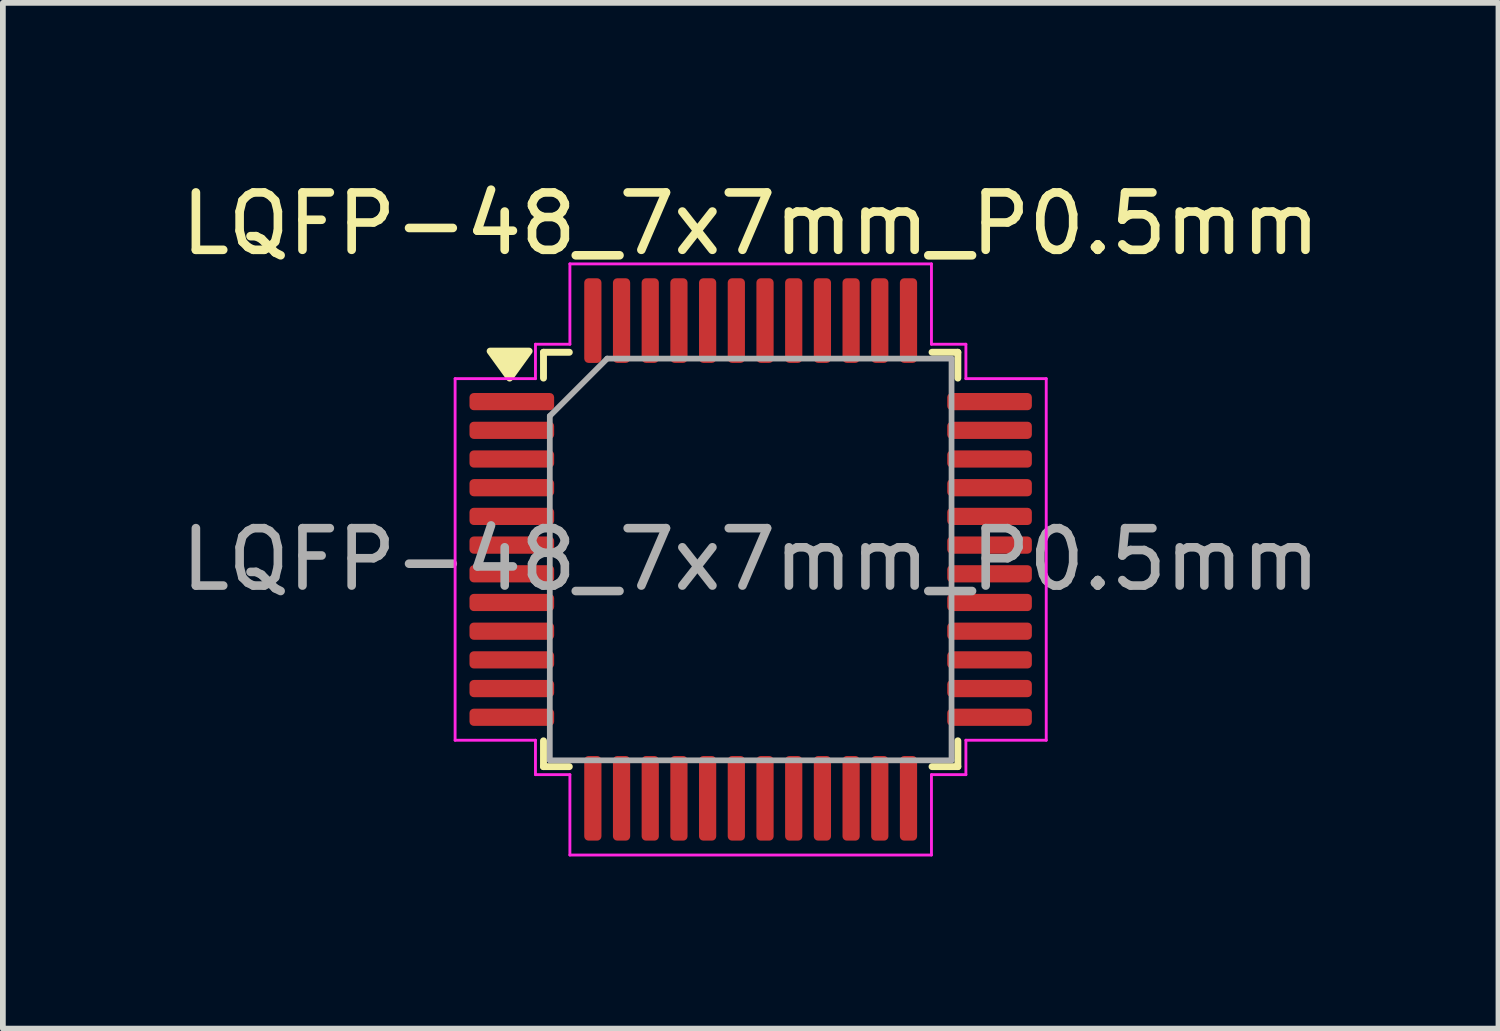
<source format=kicad_pcb>
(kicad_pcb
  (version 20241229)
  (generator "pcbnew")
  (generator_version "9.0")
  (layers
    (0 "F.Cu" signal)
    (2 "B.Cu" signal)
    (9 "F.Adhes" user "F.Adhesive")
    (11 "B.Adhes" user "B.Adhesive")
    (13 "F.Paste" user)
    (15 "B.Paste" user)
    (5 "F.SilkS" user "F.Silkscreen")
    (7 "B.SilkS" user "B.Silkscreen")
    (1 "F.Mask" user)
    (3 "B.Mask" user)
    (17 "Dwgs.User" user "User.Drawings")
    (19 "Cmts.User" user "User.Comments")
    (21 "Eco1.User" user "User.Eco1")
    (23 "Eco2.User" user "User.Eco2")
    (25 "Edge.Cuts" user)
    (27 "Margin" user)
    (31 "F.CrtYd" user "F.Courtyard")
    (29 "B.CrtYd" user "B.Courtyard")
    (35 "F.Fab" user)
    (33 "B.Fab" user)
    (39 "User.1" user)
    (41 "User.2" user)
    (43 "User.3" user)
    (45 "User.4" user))
  (footprint "LQFP-48_7x7mm_P0.5mm"
    (layer "F.Cu")
    (at 10.03 6.698)
    (property "Reference" "LQFP-48_7x7mm_P0.5mm" (at 0 -5.85 0) (layer "F.SilkS") (effects (font (size 1 1) (thickness 0.15))))
    (attr smd)
    (fp_line (start -3.61 -3.61) (end -3.61 -3.16) (stroke (width 0.12) (type solid)) (layer "F.SilkS"))
    (fp_line (start -3.61 3.61) (end -3.61 3.16) (stroke (width 0.12) (type solid)) (layer "F.SilkS"))
    (fp_line (start -3.16 -3.61) (end -3.61 -3.61) (stroke (width 0.12) (type solid)) (layer "F.SilkS"))
    (fp_line (start -3.16 3.61) (end -3.61 3.61) (stroke (width 0.12) (type solid)) (layer "F.SilkS"))
    (fp_line (start 3.16 -3.61) (end 3.61 -3.61) (stroke (width 0.12) (type solid)) (layer "F.SilkS"))
    (fp_line (start 3.16 3.61) (end 3.61 3.61) (stroke (width 0.12) (type solid)) (layer "F.SilkS"))
    (fp_line (start 3.61 -3.61) (end 3.61 -3.16) (stroke (width 0.12) (type solid)) (layer "F.SilkS"))
    (fp_line (start 3.61 3.61) (end 3.61 3.16) (stroke (width 0.12) (type solid)) (layer "F.SilkS"))
    (fp_poly (pts (xy -4.2 -3.16) (xy -4.54 -3.63) (xy -3.86 -3.63)) (stroke (width 0.12) (type solid)) (fill yes) (layer "F.SilkS"))
    (fp_line (start -5.15 -3.15) (end -3.75 -3.15) (stroke (width 0.05) (type solid)) (layer "F.CrtYd"))
    (fp_line (start -5.15 3.15) (end -5.15 -3.15) (stroke (width 0.05) (type solid)) (layer "F.CrtYd"))
    (fp_line (start -3.75 -3.75) (end -3.15 -3.75) (stroke (width 0.05) (type solid)) (layer "F.CrtYd"))
    (fp_line (start -3.75 -3.15) (end -3.75 -3.75) (stroke (width 0.05) (type solid)) (layer "F.CrtYd"))
    (fp_line (start -3.75 3.15) (end -5.15 3.15) (stroke (width 0.05) (type solid)) (layer "F.CrtYd"))
    (fp_line (start -3.75 3.75) (end -3.75 3.15) (stroke (width 0.05) (type solid)) (layer "F.CrtYd"))
    (fp_line (start -3.15 -5.15) (end 3.15 -5.15) (stroke (width 0.05) (type solid)) (layer "F.CrtYd"))
    (fp_line (start -3.15 -3.75) (end -3.15 -5.15) (stroke (width 0.05) (type solid)) (layer "F.CrtYd"))
    (fp_line (start -3.15 3.75) (end -3.75 3.75) (stroke (width 0.05) (type solid)) (layer "F.CrtYd"))
    (fp_line (start -3.15 5.15) (end -3.15 3.75) (stroke (width 0.05) (type solid)) (layer "F.CrtYd"))
    (fp_line (start 3.15 -5.15) (end 3.15 -3.75) (stroke (width 0.05) (type solid)) (layer "F.CrtYd"))
    (fp_line (start 3.15 -3.75) (end 3.75 -3.75) (stroke (width 0.05) (type solid)) (layer "F.CrtYd"))
    (fp_line (start 3.15 3.75) (end 3.15 5.15) (stroke (width 0.05) (type solid)) (layer "F.CrtYd"))
    (fp_line (start 3.15 5.15) (end -3.15 5.15) (stroke (width 0.05) (type solid)) (layer "F.CrtYd"))
    (fp_line (start 3.75 -3.75) (end 3.75 -3.15) (stroke (width 0.05) (type solid)) (layer "F.CrtYd"))
    (fp_line (start 3.75 -3.15) (end 5.15 -3.15) (stroke (width 0.05) (type solid)) (layer "F.CrtYd"))
    (fp_line (start 3.75 3.15) (end 3.75 3.75) (stroke (width 0.05) (type solid)) (layer "F.CrtYd"))
    (fp_line (start 3.75 3.75) (end 3.15 3.75) (stroke (width 0.05) (type solid)) (layer "F.CrtYd"))
    (fp_line (start 5.15 -3.15) (end 5.15 3.15) (stroke (width 0.05) (type solid)) (layer "F.CrtYd"))
    (fp_line (start 5.15 3.15) (end 3.75 3.15) (stroke (width 0.05) (type solid)) (layer "F.CrtYd"))
    (fp_line (start -3.5 -2.5) (end -2.5 -3.5) (stroke (width 0.1) (type solid)) (layer "F.Fab"))
    (fp_line (start -3.5 3.5) (end -3.5 -2.5) (stroke (width 0.1) (type solid)) (layer "F.Fab"))
    (fp_line (start -2.5 -3.5) (end 3.5 -3.5) (stroke (width 0.1) (type solid)) (layer "F.Fab"))
    (fp_line (start 3.5 -3.5) (end 3.5 3.5) (stroke (width 0.1) (type solid)) (layer "F.Fab"))
    (fp_line (start 3.5 3.5) (end -3.5 3.5) (stroke (width 0.1) (type solid)) (layer "F.Fab"))
    (fp_text user "${REFERENCE}" (at 0 0 0) (layer "F.Fab") (effects (font (size 1 1) (thickness 0.15))))
    (pad "1" smd roundrect (at -4.162 -2.75) (size 1.475 0.3) (layers "F.Cu" "F.Mask" "F.Paste") (roundrect_rratio 0.25))
    (pad "2" smd roundrect (at -4.162 -2.25) (size 1.475 0.3) (layers "F.Cu" "F.Mask" "F.Paste") (roundrect_rratio 0.25))
    (pad "3" smd roundrect (at -4.162 -1.75) (size 1.475 0.3) (layers "F.Cu" "F.Mask" "F.Paste") (roundrect_rratio 0.25))
    (pad "4" smd roundrect (at -4.162 -1.25) (size 1.475 0.3) (layers "F.Cu" "F.Mask" "F.Paste") (roundrect_rratio 0.25))
    (pad "5" smd roundrect (at -4.162 -0.75) (size 1.475 0.3) (layers "F.Cu" "F.Mask" "F.Paste") (roundrect_rratio 0.25))
    (pad "6" smd roundrect (at -4.162 -0.25) (size 1.475 0.3) (layers "F.Cu" "F.Mask" "F.Paste") (roundrect_rratio 0.25))
    (pad "7" smd roundrect (at -4.162 0.25) (size 1.475 0.3) (layers "F.Cu" "F.Mask" "F.Paste") (roundrect_rratio 0.25))
    (pad "8" smd roundrect (at -4.162 0.75) (size 1.475 0.3) (layers "F.Cu" "F.Mask" "F.Paste") (roundrect_rratio 0.25))
    (pad "9" smd roundrect (at -4.162 1.25) (size 1.475 0.3) (layers "F.Cu" "F.Mask" "F.Paste") (roundrect_rratio 0.25))
    (pad "10" smd roundrect (at -4.162 1.75) (size 1.475 0.3) (layers "F.Cu" "F.Mask" "F.Paste") (roundrect_rratio 0.25))
    (pad "11" smd roundrect (at -4.162 2.25) (size 1.475 0.3) (layers "F.Cu" "F.Mask" "F.Paste") (roundrect_rratio 0.25))
    (pad "12" smd roundrect (at -4.162 2.75) (size 1.475 0.3) (layers "F.Cu" "F.Mask" "F.Paste") (roundrect_rratio 0.25))
    (pad "13" smd roundrect (at -2.75 4.162) (size 0.3 1.475) (layers "F.Cu" "F.Mask" "F.Paste") (roundrect_rratio 0.25))
    (pad "14" smd roundrect (at -2.25 4.162) (size 0.3 1.475) (layers "F.Cu" "F.Mask" "F.Paste") (roundrect_rratio 0.25))
    (pad "15" smd roundrect (at -1.75 4.162) (size 0.3 1.475) (layers "F.Cu" "F.Mask" "F.Paste") (roundrect_rratio 0.25))
    (pad "16" smd roundrect (at -1.25 4.162) (size 0.3 1.475) (layers "F.Cu" "F.Mask" "F.Paste") (roundrect_rratio 0.25))
    (pad "17" smd roundrect (at -0.75 4.162) (size 0.3 1.475) (layers "F.Cu" "F.Mask" "F.Paste") (roundrect_rratio 0.25))
    (pad "18" smd roundrect (at -0.25 4.162) (size 0.3 1.475) (layers "F.Cu" "F.Mask" "F.Paste") (roundrect_rratio 0.25))
    (pad "19" smd roundrect (at 0.25 4.162) (size 0.3 1.475) (layers "F.Cu" "F.Mask" "F.Paste") (roundrect_rratio 0.25))
    (pad "20" smd roundrect (at 0.75 4.162) (size 0.3 1.475) (layers "F.Cu" "F.Mask" "F.Paste") (roundrect_rratio 0.25))
    (pad "21" smd roundrect (at 1.25 4.162) (size 0.3 1.475) (layers "F.Cu" "F.Mask" "F.Paste") (roundrect_rratio 0.25))
    (pad "22" smd roundrect (at 1.75 4.162) (size 0.3 1.475) (layers "F.Cu" "F.Mask" "F.Paste") (roundrect_rratio 0.25))
    (pad "23" smd roundrect (at 2.25 4.162) (size 0.3 1.475) (layers "F.Cu" "F.Mask" "F.Paste") (roundrect_rratio 0.25))
    (pad "24" smd roundrect (at 2.75 4.162) (size 0.3 1.475) (layers "F.Cu" "F.Mask" "F.Paste") (roundrect_rratio 0.25))
    (pad "25" smd roundrect (at 4.162 2.75) (size 1.475 0.3) (layers "F.Cu" "F.Mask" "F.Paste") (roundrect_rratio 0.25))
    (pad "26" smd roundrect (at 4.162 2.25) (size 1.475 0.3) (layers "F.Cu" "F.Mask" "F.Paste") (roundrect_rratio 0.25))
    (pad "27" smd roundrect (at 4.162 1.75) (size 1.475 0.3) (layers "F.Cu" "F.Mask" "F.Paste") (roundrect_rratio 0.25))
    (pad "28" smd roundrect (at 4.162 1.25) (size 1.475 0.3) (layers "F.Cu" "F.Mask" "F.Paste") (roundrect_rratio 0.25))
    (pad "29" smd roundrect (at 4.162 0.75) (size 1.475 0.3) (layers "F.Cu" "F.Mask" "F.Paste") (roundrect_rratio 0.25))
    (pad "30" smd roundrect (at 4.162 0.25) (size 1.475 0.3) (layers "F.Cu" "F.Mask" "F.Paste") (roundrect_rratio 0.25))
    (pad "31" smd roundrect (at 4.162 -0.25) (size 1.475 0.3) (layers "F.Cu" "F.Mask" "F.Paste") (roundrect_rratio 0.25))
    (pad "32" smd roundrect (at 4.162 -0.75) (size 1.475 0.3) (layers "F.Cu" "F.Mask" "F.Paste") (roundrect_rratio 0.25))
    (pad "33" smd roundrect (at 4.162 -1.25) (size 1.475 0.3) (layers "F.Cu" "F.Mask" "F.Paste") (roundrect_rratio 0.25))
    (pad "34" smd roundrect (at 4.162 -1.75) (size 1.475 0.3) (layers "F.Cu" "F.Mask" "F.Paste") (roundrect_rratio 0.25))
    (pad "35" smd roundrect (at 4.162 -2.25) (size 1.475 0.3) (layers "F.Cu" "F.Mask" "F.Paste") (roundrect_rratio 0.25))
    (pad "36" smd roundrect (at 4.162 -2.75) (size 1.475 0.3) (layers "F.Cu" "F.Mask" "F.Paste") (roundrect_rratio 0.25))
    (pad "37" smd roundrect (at 2.75 -4.162) (size 0.3 1.475) (layers "F.Cu" "F.Mask" "F.Paste") (roundrect_rratio 0.25))
    (pad "38" smd roundrect (at 2.25 -4.162) (size 0.3 1.475) (layers "F.Cu" "F.Mask" "F.Paste") (roundrect_rratio 0.25))
    (pad "39" smd roundrect (at 1.75 -4.162) (size 0.3 1.475) (layers "F.Cu" "F.Mask" "F.Paste") (roundrect_rratio 0.25))
    (pad "40" smd roundrect (at 1.25 -4.162) (size 0.3 1.475) (layers "F.Cu" "F.Mask" "F.Paste") (roundrect_rratio 0.25))
    (pad "41" smd roundrect (at 0.75 -4.162) (size 0.3 1.475) (layers "F.Cu" "F.Mask" "F.Paste") (roundrect_rratio 0.25))
    (pad "42" smd roundrect (at 0.25 -4.162) (size 0.3 1.475) (layers "F.Cu" "F.Mask" "F.Paste") (roundrect_rratio 0.25))
    (pad "43" smd roundrect (at -0.25 -4.162) (size 0.3 1.475) (layers "F.Cu" "F.Mask" "F.Paste") (roundrect_rratio 0.25))
    (pad "44" smd roundrect (at -0.75 -4.162) (size 0.3 1.475) (layers "F.Cu" "F.Mask" "F.Paste") (roundrect_rratio 0.25))
    (pad "45" smd roundrect (at -1.25 -4.162) (size 0.3 1.475) (layers "F.Cu" "F.Mask" "F.Paste") (roundrect_rratio 0.25))
    (pad "46" smd roundrect (at -1.75 -4.162) (size 0.3 1.475) (layers "F.Cu" "F.Mask" "F.Paste") (roundrect_rratio 0.25))
    (pad "47" smd roundrect (at -2.25 -4.162) (size 0.3 1.475) (layers "F.Cu" "F.Mask" "F.Paste") (roundrect_rratio 0.25))
    (pad "48" smd roundrect (at -2.75 -4.162) (size 0.3 1.475) (layers "F.Cu" "F.Mask" "F.Paste") (roundrect_rratio 0.25)))
  (gr_rect
    (start -3 -3)
    (end 23.06 14.873)
    (stroke (width 0.1) (type default))
    (fill no)
    (layer "Edge.Cuts")))
</source>
